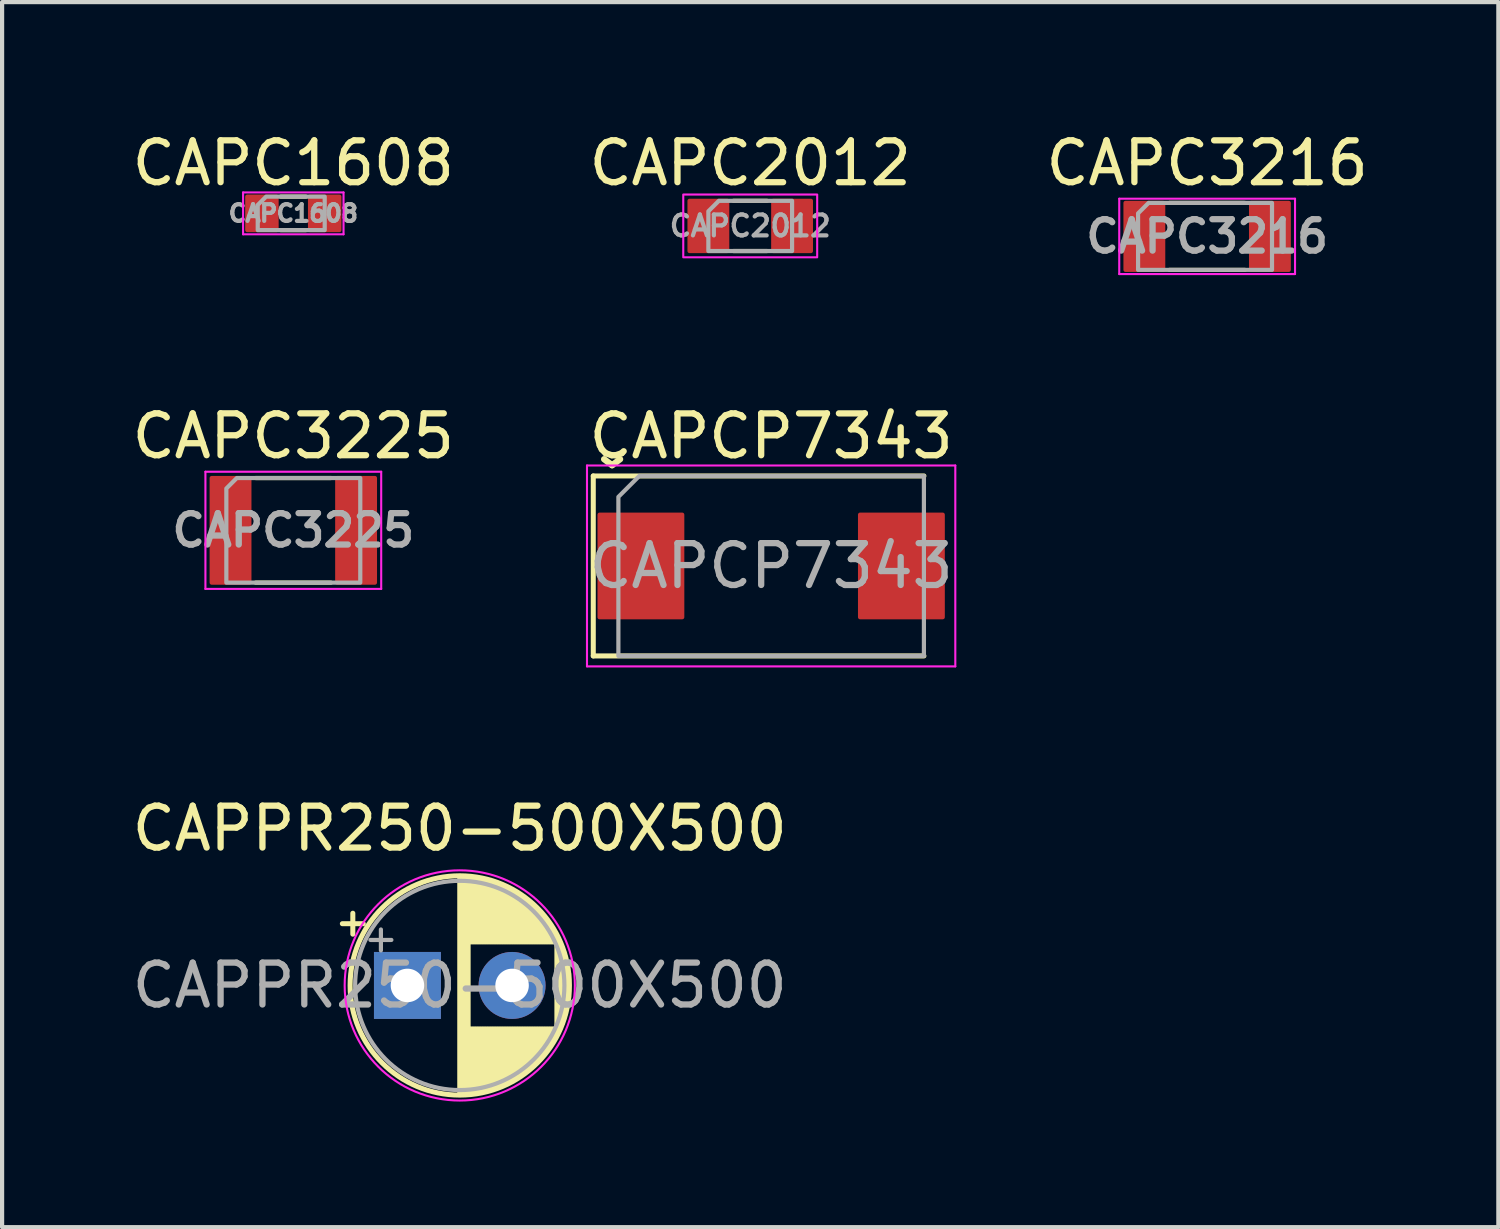
<source format=kicad_pcb>
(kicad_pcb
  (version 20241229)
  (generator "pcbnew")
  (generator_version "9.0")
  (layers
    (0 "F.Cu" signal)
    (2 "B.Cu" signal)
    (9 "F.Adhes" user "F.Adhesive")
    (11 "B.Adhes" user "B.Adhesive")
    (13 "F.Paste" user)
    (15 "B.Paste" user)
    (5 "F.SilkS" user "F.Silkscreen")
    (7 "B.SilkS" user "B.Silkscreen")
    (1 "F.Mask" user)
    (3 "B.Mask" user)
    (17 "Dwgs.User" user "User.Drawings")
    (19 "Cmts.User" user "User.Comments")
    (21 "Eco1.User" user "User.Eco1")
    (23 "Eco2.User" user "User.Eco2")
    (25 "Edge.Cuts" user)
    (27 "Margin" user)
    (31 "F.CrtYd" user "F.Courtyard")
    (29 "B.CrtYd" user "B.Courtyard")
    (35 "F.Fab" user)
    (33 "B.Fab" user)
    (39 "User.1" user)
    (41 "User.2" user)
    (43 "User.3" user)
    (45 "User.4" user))
  (footprint "CAPC2012"
    (layer "F.Cu")
    (at 14.875 2.348)
    (property "Reference" "CAPC2012" (at 0 -1.5 0) (layer "F.SilkS") (effects (font (size 1 1) (thickness 0.15))))
    (attr smd)
    (fp_line (start -0.4 0.6) (end 0.4 0.6) (stroke (width 0.1) (type solid)) (layer "F.SilkS"))
    (fp_line (start 0.4 -0.6) (end -0.4 -0.6) (stroke (width 0.1) (type solid)) (layer "F.SilkS"))
    (fp_rect (start 1.6 -0.75) (end -1.6 0.75) (stroke (width 0.05) (type default)) (fill no) (layer "F.CrtYd"))
    (fp_poly (pts (xy 1 -0.6) (xy 1 0.6) (xy -1 0.6) (xy -1 -0.35) (xy -0.75 -0.6)) (stroke (width 0.1) (type solid)) (fill no) (layer "F.Fab"))
    (fp_text user "${REFERENCE}" (at 0 0 0) (layer "F.Fab") (effects (font (size 0.5 0.5) (thickness 0.1) (bold yes))))
    (pad "1" smd roundrect (at -1 0) (size 1 1.3) (layers "F.Cu" "F.Mask" "F.Paste") (roundrect_rratio 0.05))
    (pad "2" smd roundrect (at 1 0) (size 1 1.3) (layers "F.Cu" "F.Mask" "F.Paste") (roundrect_rratio 0.05)))
  (footprint "CAPC1608"
    (layer "F.Cu")
    (at 3.958 2.048)
    (property "Reference" "CAPC1608" (at 0 -1.2 0) (layer "F.SilkS") (effects (font (size 1 1) (thickness 0.15))))
    (attr smd)
    (fp_line (start -0.3 -0.4) (end 0.3 -0.4) (stroke (width 0.1) (type solid)) (layer "F.SilkS"))
    (fp_line (start 0.3 0.4) (end -0.3 0.4) (stroke (width 0.1) (type solid)) (layer "F.SilkS"))
    (fp_line (start -1.2 -0.5) (end -1.2 0.5) (stroke (width 0.05) (type solid)) (layer "F.CrtYd"))
    (fp_line (start -1.2 -0.5) (end 1.2 -0.5) (stroke (width 0.05) (type solid)) (layer "F.CrtYd"))
    (fp_line (start 1.2 0.5) (end -1.2 0.5) (stroke (width 0.05) (type solid)) (layer "F.CrtYd"))
    (fp_line (start 1.2 0.5) (end 1.2 -0.5) (stroke (width 0.05) (type solid)) (layer "F.CrtYd"))
    (fp_poly (pts (xy 0.75 -0.4) (xy 0.75 0.4) (xy -0.85 0.4) (xy -0.85 -0.2) (xy -0.65 -0.4)) (stroke (width 0.1) (type solid)) (fill no) (layer "F.Fab"))
    (fp_text user "${REFERENCE}" (at 0 0 0) (layer "F.Fab") (effects (font (size 0.4 0.4) (thickness 0.1) (bold yes))))
    (pad "1" smd roundrect (at -0.75 0) (size 0.8 0.9) (layers "F.Cu" "F.Mask" "F.Paste") (roundrect_rratio 0.062))
    (pad "2" smd roundrect (at 0.75 0) (size 0.8 0.9) (layers "F.Cu" "F.Mask" "F.Paste") (roundrect_rratio 0.062)))
  (footprint "CAPCP7343"
    (layer "F.Cu")
    (at 15.375 10.472)
    (property "Reference" "CAPCP7343" (at 0 -3.1 0) (layer "F.SilkS") (effects (font (size 1 1) (thickness 0.15))))
    (attr smd)
    (fp_line (start -4.25 -2.15) (end -4.25 2.15) (stroke (width 0.12) (type solid)) (layer "F.SilkS"))
    (fp_line (start -4.25 2.15) (end 3.65 2.15) (stroke (width 0.12) (type solid)) (layer "F.SilkS"))
    (fp_line (start 3.65 -2.15) (end -4.25 -2.15) (stroke (width 0.12) (type solid)) (layer "F.SilkS"))
    (fp_line (start -4.4 -2.4) (end 4.4 -2.4) (stroke (width 0.05) (type solid)) (layer "F.CrtYd"))
    (fp_line (start -4.4 2.4) (end -4.4 -2.4) (stroke (width 0.05) (type solid)) (layer "F.CrtYd"))
    (fp_line (start 4.4 -2.4) (end 4.4 2.4) (stroke (width 0.05) (type solid)) (layer "F.CrtYd"))
    (fp_line (start 4.4 2.4) (end -4.4 2.4) (stroke (width 0.05) (type solid)) (layer "F.CrtYd"))
    (fp_poly (pts (xy 3.65 -2.15) (xy 3.65 2.15) (xy -3.65 2.15) (xy -3.65 -1.65) (xy -3.15 -2.15)) (stroke (width 0.1) (type solid)) (fill no) (layer "F.Fab"))
    (fp_text user "^" (at -3.8 -3 180) (unlocked yes) (layer "F.SilkS") (effects (font (size 1 1) (thickness 0.15))))
    (fp_text user "${REFERENCE}" (at 0 0 0) (layer "F.Fab") (effects (font (size 1 1) (thickness 0.15))))
    (pad "" smd roundrect (at -3.1 -0.75) (size 2 1) (layers "F.Paste") (roundrect_rratio 0.05))
    (pad "" smd roundrect (at -3.1 0.75) (size 2 1) (layers "F.Paste") (roundrect_rratio 0.05))
    (pad "" smd roundrect (at 3.1 -0.75) (size 2 1) (layers "F.Paste") (roundrect_rratio 0.05))
    (pad "" smd roundrect (at 3.1 0.75) (size 2 1) (layers "F.Paste") (roundrect_rratio 0.05))
    (pad "1" smd roundrect (at -3.112 0) (size 2.075 2.55) (layers "F.Cu" "F.Mask") (roundrect_rratio 0.024))
    (pad "2" smd roundrect (at 3.112 0) (size 2.075 2.55) (layers "F.Cu" "F.Mask") (roundrect_rratio 0.024)))
  (footprint "CAPPR250-500X500"
    (layer "F.Cu")
    (at 6.685 20.495)
    (property "Reference" "CAPPR250-500X500" (at 1.25 -3.75 0) (layer "F.SilkS") (effects (font (size 1 1) (thickness 0.15))))
    (attr through_hole)
    (fp_line (start -1.555 -1.475) (end -1.055 -1.475) (stroke (width 0.12) (type solid)) (layer "F.SilkS"))
    (fp_line (start -1.305 -1.725) (end -1.305 -1.225) (stroke (width 0.12) (type solid)) (layer "F.SilkS"))
    (fp_line (start 1.25 -2.58) (end 1.25 2.58) (stroke (width 0.12) (type solid)) (layer "F.SilkS"))
    (fp_line (start 1.29 -2.58) (end 1.29 2.58) (stroke (width 0.12) (type solid)) (layer "F.SilkS"))
    (fp_line (start 1.33 -2.579) (end 1.33 2.579) (stroke (width 0.12) (type solid)) (layer "F.SilkS"))
    (fp_line (start 1.37 -2.578) (end 1.37 2.578) (stroke (width 0.12) (type solid)) (layer "F.SilkS"))
    (fp_line (start 1.41 -2.576) (end 1.41 2.576) (stroke (width 0.12) (type solid)) (layer "F.SilkS"))
    (fp_line (start 1.45 -2.573) (end 1.45 2.573) (stroke (width 0.12) (type solid)) (layer "F.SilkS"))
    (fp_line (start 1.49 -2.569) (end 1.49 -1.04) (stroke (width 0.12) (type solid)) (layer "F.SilkS"))
    (fp_line (start 1.49 1.04) (end 1.49 2.569) (stroke (width 0.12) (type solid)) (layer "F.SilkS"))
    (fp_line (start 1.53 -2.565) (end 1.53 -1.04) (stroke (width 0.12) (type solid)) (layer "F.SilkS"))
    (fp_line (start 1.53 1.04) (end 1.53 2.565) (stroke (width 0.12) (type solid)) (layer "F.SilkS"))
    (fp_line (start 1.57 -2.561) (end 1.57 -1.04) (stroke (width 0.12) (type solid)) (layer "F.SilkS"))
    (fp_line (start 1.57 1.04) (end 1.57 2.561) (stroke (width 0.12) (type solid)) (layer "F.SilkS"))
    (fp_line (start 1.61 -2.556) (end 1.61 -1.04) (stroke (width 0.12) (type solid)) (layer "F.SilkS"))
    (fp_line (start 1.61 1.04) (end 1.61 2.556) (stroke (width 0.12) (type solid)) (layer "F.SilkS"))
    (fp_line (start 1.65 -2.55) (end 1.65 -1.04) (stroke (width 0.12) (type solid)) (layer "F.SilkS"))
    (fp_line (start 1.65 1.04) (end 1.65 2.55) (stroke (width 0.12) (type solid)) (layer "F.SilkS"))
    (fp_line (start 1.69 -2.543) (end 1.69 -1.04) (stroke (width 0.12) (type solid)) (layer "F.SilkS"))
    (fp_line (start 1.69 1.04) (end 1.69 2.543) (stroke (width 0.12) (type solid)) (layer "F.SilkS"))
    (fp_line (start 1.73 -2.536) (end 1.73 -1.04) (stroke (width 0.12) (type solid)) (layer "F.SilkS"))
    (fp_line (start 1.73 1.04) (end 1.73 2.536) (stroke (width 0.12) (type solid)) (layer "F.SilkS"))
    (fp_line (start 1.77 -2.528) (end 1.77 -1.04) (stroke (width 0.12) (type solid)) (layer "F.SilkS"))
    (fp_line (start 1.77 1.04) (end 1.77 2.528) (stroke (width 0.12) (type solid)) (layer "F.SilkS"))
    (fp_line (start 1.81 -2.52) (end 1.81 -1.04) (stroke (width 0.12) (type solid)) (layer "F.SilkS"))
    (fp_line (start 1.81 1.04) (end 1.81 2.52) (stroke (width 0.12) (type solid)) (layer "F.SilkS"))
    (fp_line (start 1.85 -2.511) (end 1.85 -1.04) (stroke (width 0.12) (type solid)) (layer "F.SilkS"))
    (fp_line (start 1.85 1.04) (end 1.85 2.511) (stroke (width 0.12) (type solid)) (layer "F.SilkS"))
    (fp_line (start 1.89 -2.501) (end 1.89 -1.04) (stroke (width 0.12) (type solid)) (layer "F.SilkS"))
    (fp_line (start 1.89 1.04) (end 1.89 2.501) (stroke (width 0.12) (type solid)) (layer "F.SilkS"))
    (fp_line (start 1.93 -2.491) (end 1.93 -1.04) (stroke (width 0.12) (type solid)) (layer "F.SilkS"))
    (fp_line (start 1.93 1.04) (end 1.93 2.491) (stroke (width 0.12) (type solid)) (layer "F.SilkS"))
    (fp_line (start 1.971 -2.48) (end 1.971 -1.04) (stroke (width 0.12) (type solid)) (layer "F.SilkS"))
    (fp_line (start 1.971 1.04) (end 1.971 2.48) (stroke (width 0.12) (type solid)) (layer "F.SilkS"))
    (fp_line (start 2.011 -2.468) (end 2.011 -1.04) (stroke (width 0.12) (type solid)) (layer "F.SilkS"))
    (fp_line (start 2.011 1.04) (end 2.011 2.468) (stroke (width 0.12) (type solid)) (layer "F.SilkS"))
    (fp_line (start 2.051 -2.455) (end 2.051 -1.04) (stroke (width 0.12) (type solid)) (layer "F.SilkS"))
    (fp_line (start 2.051 1.04) (end 2.051 2.455) (stroke (width 0.12) (type solid)) (layer "F.SilkS"))
    (fp_line (start 2.091 -2.442) (end 2.091 -1.04) (stroke (width 0.12) (type solid)) (layer "F.SilkS"))
    (fp_line (start 2.091 1.04) (end 2.091 2.442) (stroke (width 0.12) (type solid)) (layer "F.SilkS"))
    (fp_line (start 2.131 -2.428) (end 2.131 -1.04) (stroke (width 0.12) (type solid)) (layer "F.SilkS"))
    (fp_line (start 2.131 1.04) (end 2.131 2.428) (stroke (width 0.12) (type solid)) (layer "F.SilkS"))
    (fp_line (start 2.171 -2.414) (end 2.171 -1.04) (stroke (width 0.12) (type solid)) (layer "F.SilkS"))
    (fp_line (start 2.171 1.04) (end 2.171 2.414) (stroke (width 0.12) (type solid)) (layer "F.SilkS"))
    (fp_line (start 2.211 -2.398) (end 2.211 -1.04) (stroke (width 0.12) (type solid)) (layer "F.SilkS"))
    (fp_line (start 2.211 1.04) (end 2.211 2.398) (stroke (width 0.12) (type solid)) (layer "F.SilkS"))
    (fp_line (start 2.251 -2.382) (end 2.251 -1.04) (stroke (width 0.12) (type solid)) (layer "F.SilkS"))
    (fp_line (start 2.251 1.04) (end 2.251 2.382) (stroke (width 0.12) (type solid)) (layer "F.SilkS"))
    (fp_line (start 2.291 -2.365) (end 2.291 -1.04) (stroke (width 0.12) (type solid)) (layer "F.SilkS"))
    (fp_line (start 2.291 1.04) (end 2.291 2.365) (stroke (width 0.12) (type solid)) (layer "F.SilkS"))
    (fp_line (start 2.331 -2.348) (end 2.331 -1.04) (stroke (width 0.12) (type solid)) (layer "F.SilkS"))
    (fp_line (start 2.331 1.04) (end 2.331 2.348) (stroke (width 0.12) (type solid)) (layer "F.SilkS"))
    (fp_line (start 2.371 -2.329) (end 2.371 -1.04) (stroke (width 0.12) (type solid)) (layer "F.SilkS"))
    (fp_line (start 2.371 1.04) (end 2.371 2.329) (stroke (width 0.12) (type solid)) (layer "F.SilkS"))
    (fp_line (start 2.411 -2.31) (end 2.411 -1.04) (stroke (width 0.12) (type solid)) (layer "F.SilkS"))
    (fp_line (start 2.411 1.04) (end 2.411 2.31) (stroke (width 0.12) (type solid)) (layer "F.SilkS"))
    (fp_line (start 2.451 -2.29) (end 2.451 -1.04) (stroke (width 0.12) (type solid)) (layer "F.SilkS"))
    (fp_line (start 2.451 1.04) (end 2.451 2.29) (stroke (width 0.12) (type solid)) (layer "F.SilkS"))
    (fp_line (start 2.491 -2.268) (end 2.491 -1.04) (stroke (width 0.12) (type solid)) (layer "F.SilkS"))
    (fp_line (start 2.491 1.04) (end 2.491 2.268) (stroke (width 0.12) (type solid)) (layer "F.SilkS"))
    (fp_line (start 2.531 -2.247) (end 2.531 -1.04) (stroke (width 0.12) (type solid)) (layer "F.SilkS"))
    (fp_line (start 2.531 1.04) (end 2.531 2.247) (stroke (width 0.12) (type solid)) (layer "F.SilkS"))
    (fp_line (start 2.571 -2.224) (end 2.571 -1.04) (stroke (width 0.12) (type solid)) (layer "F.SilkS"))
    (fp_line (start 2.571 1.04) (end 2.571 2.224) (stroke (width 0.12) (type solid)) (layer "F.SilkS"))
    (fp_line (start 2.611 -2.2) (end 2.611 -1.04) (stroke (width 0.12) (type solid)) (layer "F.SilkS"))
    (fp_line (start 2.611 1.04) (end 2.611 2.2) (stroke (width 0.12) (type solid)) (layer "F.SilkS"))
    (fp_line (start 2.651 -2.175) (end 2.651 -1.04) (stroke (width 0.12) (type solid)) (layer "F.SilkS"))
    (fp_line (start 2.651 1.04) (end 2.651 2.175) (stroke (width 0.12) (type solid)) (layer "F.SilkS"))
    (fp_line (start 2.691 -2.149) (end 2.691 -1.04) (stroke (width 0.12) (type solid)) (layer "F.SilkS"))
    (fp_line (start 2.691 1.04) (end 2.691 2.149) (stroke (width 0.12) (type solid)) (layer "F.SilkS"))
    (fp_line (start 2.731 -2.122) (end 2.731 -1.04) (stroke (width 0.12) (type solid)) (layer "F.SilkS"))
    (fp_line (start 2.731 1.04) (end 2.731 2.122) (stroke (width 0.12) (type solid)) (layer "F.SilkS"))
    (fp_line (start 2.771 -2.095) (end 2.771 -1.04) (stroke (width 0.12) (type solid)) (layer "F.SilkS"))
    (fp_line (start 2.771 1.04) (end 2.771 2.095) (stroke (width 0.12) (type solid)) (layer "F.SilkS"))
    (fp_line (start 2.811 -2.065) (end 2.811 -1.04) (stroke (width 0.12) (type solid)) (layer "F.SilkS"))
    (fp_line (start 2.811 1.04) (end 2.811 2.065) (stroke (width 0.12) (type solid)) (layer "F.SilkS"))
    (fp_line (start 2.851 -2.035) (end 2.851 -1.04) (stroke (width 0.12) (type solid)) (layer "F.SilkS"))
    (fp_line (start 2.851 1.04) (end 2.851 2.035) (stroke (width 0.12) (type solid)) (layer "F.SilkS"))
    (fp_line (start 2.891 -2.004) (end 2.891 -1.04) (stroke (width 0.12) (type solid)) (layer "F.SilkS"))
    (fp_line (start 2.891 1.04) (end 2.891 2.004) (stroke (width 0.12) (type solid)) (layer "F.SilkS"))
    (fp_line (start 2.931 -1.971) (end 2.931 -1.04) (stroke (width 0.12) (type solid)) (layer "F.SilkS"))
    (fp_line (start 2.931 1.04) (end 2.931 1.971) (stroke (width 0.12) (type solid)) (layer "F.SilkS"))
    (fp_line (start 2.971 -1.937) (end 2.971 -1.04) (stroke (width 0.12) (type solid)) (layer "F.SilkS"))
    (fp_line (start 2.971 1.04) (end 2.971 1.937) (stroke (width 0.12) (type solid)) (layer "F.SilkS"))
    (fp_line (start 3.011 -1.901) (end 3.011 -1.04) (stroke (width 0.12) (type solid)) (layer "F.SilkS"))
    (fp_line (start 3.011 1.04) (end 3.011 1.901) (stroke (width 0.12) (type solid)) (layer "F.SilkS"))
    (fp_line (start 3.051 -1.864) (end 3.051 -1.04) (stroke (width 0.12) (type solid)) (layer "F.SilkS"))
    (fp_line (start 3.051 1.04) (end 3.051 1.864) (stroke (width 0.12) (type solid)) (layer "F.SilkS"))
    (fp_line (start 3.091 -1.826) (end 3.091 -1.04) (stroke (width 0.12) (type solid)) (layer "F.SilkS"))
    (fp_line (start 3.091 1.04) (end 3.091 1.826) (stroke (width 0.12) (type solid)) (layer "F.SilkS"))
    (fp_line (start 3.131 -1.785) (end 3.131 -1.04) (stroke (width 0.12) (type solid)) (layer "F.SilkS"))
    (fp_line (start 3.131 1.04) (end 3.131 1.785) (stroke (width 0.12) (type solid)) (layer "F.SilkS"))
    (fp_line (start 3.171 -1.743) (end 3.171 -1.04) (stroke (width 0.12) (type solid)) (layer "F.SilkS"))
    (fp_line (start 3.171 1.04) (end 3.171 1.743) (stroke (width 0.12) (type solid)) (layer "F.SilkS"))
    (fp_line (start 3.211 -1.699) (end 3.211 -1.04) (stroke (width 0.12) (type solid)) (layer "F.SilkS"))
    (fp_line (start 3.211 1.04) (end 3.211 1.699) (stroke (width 0.12) (type solid)) (layer "F.SilkS"))
    (fp_line (start 3.251 -1.653) (end 3.251 -1.04) (stroke (width 0.12) (type solid)) (layer "F.SilkS"))
    (fp_line (start 3.251 1.04) (end 3.251 1.653) (stroke (width 0.12) (type solid)) (layer "F.SilkS"))
    (fp_line (start 3.291 -1.605) (end 3.291 -1.04) (stroke (width 0.12) (type solid)) (layer "F.SilkS"))
    (fp_line (start 3.291 1.04) (end 3.291 1.605) (stroke (width 0.12) (type solid)) (layer "F.SilkS"))
    (fp_line (start 3.331 -1.554) (end 3.331 -1.04) (stroke (width 0.12) (type solid)) (layer "F.SilkS"))
    (fp_line (start 3.331 1.04) (end 3.331 1.554) (stroke (width 0.12) (type solid)) (layer "F.SilkS"))
    (fp_line (start 3.371 -1.5) (end 3.371 -1.04) (stroke (width 0.12) (type solid)) (layer "F.SilkS"))
    (fp_line (start 3.371 1.04) (end 3.371 1.5) (stroke (width 0.12) (type solid)) (layer "F.SilkS"))
    (fp_line (start 3.411 -1.443) (end 3.411 -1.04) (stroke (width 0.12) (type solid)) (layer "F.SilkS"))
    (fp_line (start 3.411 1.04) (end 3.411 1.443) (stroke (width 0.12) (type solid)) (layer "F.SilkS"))
    (fp_line (start 3.451 -1.383) (end 3.451 -1.04) (stroke (width 0.12) (type solid)) (layer "F.SilkS"))
    (fp_line (start 3.451 1.04) (end 3.451 1.383) (stroke (width 0.12) (type solid)) (layer "F.SilkS"))
    (fp_line (start 3.491 -1.319) (end 3.491 -1.04) (stroke (width 0.12) (type solid)) (layer "F.SilkS"))
    (fp_line (start 3.491 1.04) (end 3.491 1.319) (stroke (width 0.12) (type solid)) (layer "F.SilkS"))
    (fp_line (start 3.531 -1.251) (end 3.531 -1.04) (stroke (width 0.12) (type solid)) (layer "F.SilkS"))
    (fp_line (start 3.531 1.04) (end 3.531 1.251) (stroke (width 0.12) (type solid)) (layer "F.SilkS"))
    (fp_line (start 3.571 -1.178) (end 3.571 1.178) (stroke (width 0.12) (type solid)) (layer "F.SilkS"))
    (fp_line (start 3.611 -1.098) (end 3.611 1.098) (stroke (width 0.12) (type solid)) (layer "F.SilkS"))
    (fp_line (start 3.651 -1.011) (end 3.651 1.011) (stroke (width 0.12) (type solid)) (layer "F.SilkS"))
    (fp_line (start 3.691 -0.915) (end 3.691 0.915) (stroke (width 0.12) (type solid)) (layer "F.SilkS"))
    (fp_line (start 3.731 -0.805) (end 3.731 0.805) (stroke (width 0.12) (type solid)) (layer "F.SilkS"))
    (fp_line (start 3.771 -0.677) (end 3.771 0.677) (stroke (width 0.12) (type solid)) (layer "F.SilkS"))
    (fp_line (start 3.811 -0.518) (end 3.811 0.518) (stroke (width 0.12) (type solid)) (layer "F.SilkS"))
    (fp_line (start 3.851 -0.284) (end 3.851 0.284) (stroke (width 0.12) (type solid)) (layer "F.SilkS"))
    (fp_circle (center 1.25 0) (end 3.87 0) (stroke (width 0.12) (type solid)) (fill no) (layer "F.SilkS"))
    (fp_circle (center 1.25 0) (end 4 0) (stroke (width 0.05) (type solid)) (fill no) (layer "F.CrtYd"))
    (fp_line (start -0.884 -1.087) (end -0.384 -1.087) (stroke (width 0.1) (type solid)) (layer "F.Fab"))
    (fp_line (start -0.634 -1.337) (end -0.634 -0.838) (stroke (width 0.1) (type solid)) (layer "F.Fab"))
    (fp_circle (center 1.25 0) (end 3.75 0) (stroke (width 0.1) (type solid)) (fill no) (layer "F.Fab"))
    (fp_text user "${REFERENCE}" (at 1.25 0 0) (layer "F.Fab") (effects (font (size 1 1) (thickness 0.15))))
    (pad "1" thru_hole rect (at 0 0) (size 1.6 1.6) (drill 0.8) (layers "*.Cu" "*.Mask"))
    (pad "2" thru_hole circle (at 2.5 0) (size 1.6 1.6) (drill 0.8) (layers "*.Cu" "*.Mask")))
  (footprint "CAPC3225"
    (layer "F.Cu")
    (at 3.958 9.621)
    (property "Reference" "CAPC3225" (at 0 -2.25 0) (layer "F.SilkS") (effects (font (size 1 1) (thickness 0.15))))
    (attr smd)
    (fp_line (start -0.9 1.25) (end 0.9 1.25) (stroke (width 0.1) (type solid)) (layer "F.SilkS"))
    (fp_line (start 0.9 -1.25) (end -0.9 -1.25) (stroke (width 0.1) (type solid)) (layer "F.SilkS"))
    (fp_line (start -2.1 -1.4) (end -2.1 1.4) (stroke (width 0.05) (type solid)) (layer "F.CrtYd"))
    (fp_line (start -2.1 -1.4) (end 2.1 -1.4) (stroke (width 0.05) (type solid)) (layer "F.CrtYd"))
    (fp_line (start 2.1 1.4) (end -2.1 1.4) (stroke (width 0.05) (type solid)) (layer "F.CrtYd"))
    (fp_line (start 2.1 1.4) (end 2.1 -1.4) (stroke (width 0.05) (type solid)) (layer "F.CrtYd"))
    (fp_poly (pts (xy 1.6 -1.25) (xy 1.6 1.25) (xy -1.6 1.25) (xy -1.6 -1) (xy -1.35 -1.25)) (stroke (width 0.1) (type solid)) (fill no) (layer "F.Fab"))
    (fp_text user "${REFERENCE}" (at 0 0 0) (layer "F.Fab") (effects (font (size 0.75 0.75) (thickness 0.15))))
    (pad "" smd roundrect (at -1.5 -0.75) (size 1 1) (layers "F.Paste") (roundrect_rratio 0.05))
    (pad "" smd roundrect (at -1.5 0.75) (size 1 1) (layers "F.Paste") (roundrect_rratio 0.05))
    (pad "" smd roundrect (at 1.5 -0.75) (size 1 1) (layers "F.Paste") (roundrect_rratio 0.05))
    (pad "" smd roundrect (at 1.5 0.75) (size 1 1) (layers "F.Paste") (roundrect_rratio 0.05))
    (pad "1" smd roundrect (at -1.5 0) (size 1 2.6) (layers "F.Cu" "F.Mask") (roundrect_rratio 0.05))
    (pad "2" smd roundrect (at 1.5 0) (size 1 2.6) (layers "F.Cu" "F.Mask") (roundrect_rratio 0.05)))
  (footprint "CAPC3216"
    (layer "F.Cu")
    (at 25.792 2.598)
    (property "Reference" "CAPC3216" (at 0 -1.75 0) (layer "F.SilkS") (effects (font (size 1 1) (thickness 0.15))))
    (attr smd)
    (fp_line (start -0.9 0.8) (end 0.9 0.8) (stroke (width 0.1) (type solid)) (layer "F.SilkS"))
    (fp_line (start 0.9 -0.8) (end -0.9 -0.8) (stroke (width 0.1) (type solid)) (layer "F.SilkS"))
    (fp_line (start -2.1 -0.9) (end -2.1 0.9) (stroke (width 0.05) (type solid)) (layer "F.CrtYd"))
    (fp_line (start -2.1 -0.9) (end 2.1 -0.9) (stroke (width 0.05) (type solid)) (layer "F.CrtYd"))
    (fp_line (start 2.1 0.9) (end -2.1 0.9) (stroke (width 0.05) (type solid)) (layer "F.CrtYd"))
    (fp_line (start 2.1 0.9) (end 2.1 -0.9) (stroke (width 0.05) (type solid)) (layer "F.CrtYd"))
    (fp_poly (pts (xy 1.55 -0.8) (xy 1.55 0.8) (xy -1.65 0.8) (xy -1.65 -0.55) (xy -1.4 -0.8)) (stroke (width 0.1) (type solid)) (fill no) (layer "F.Fab"))
    (fp_text user "${REFERENCE}" (at 0 0 0) (layer "F.Fab") (effects (font (size 0.75 0.75) (thickness 0.15))))
    (pad "1" smd roundrect (at -1.5 0) (size 1 1.7) (layers "F.Cu" "F.Mask" "F.Paste") (roundrect_rratio 0.05))
    (pad "2" smd roundrect (at 1.5 0) (size 1 1.7) (layers "F.Cu" "F.Mask" "F.Paste") (roundrect_rratio 0.05)))
  (gr_rect
    (start -3 -3)
    (end 32.75 26.27)
    (stroke (width 0.1) (type default))
    (fill no)
    (layer "Edge.Cuts")))
</source>
